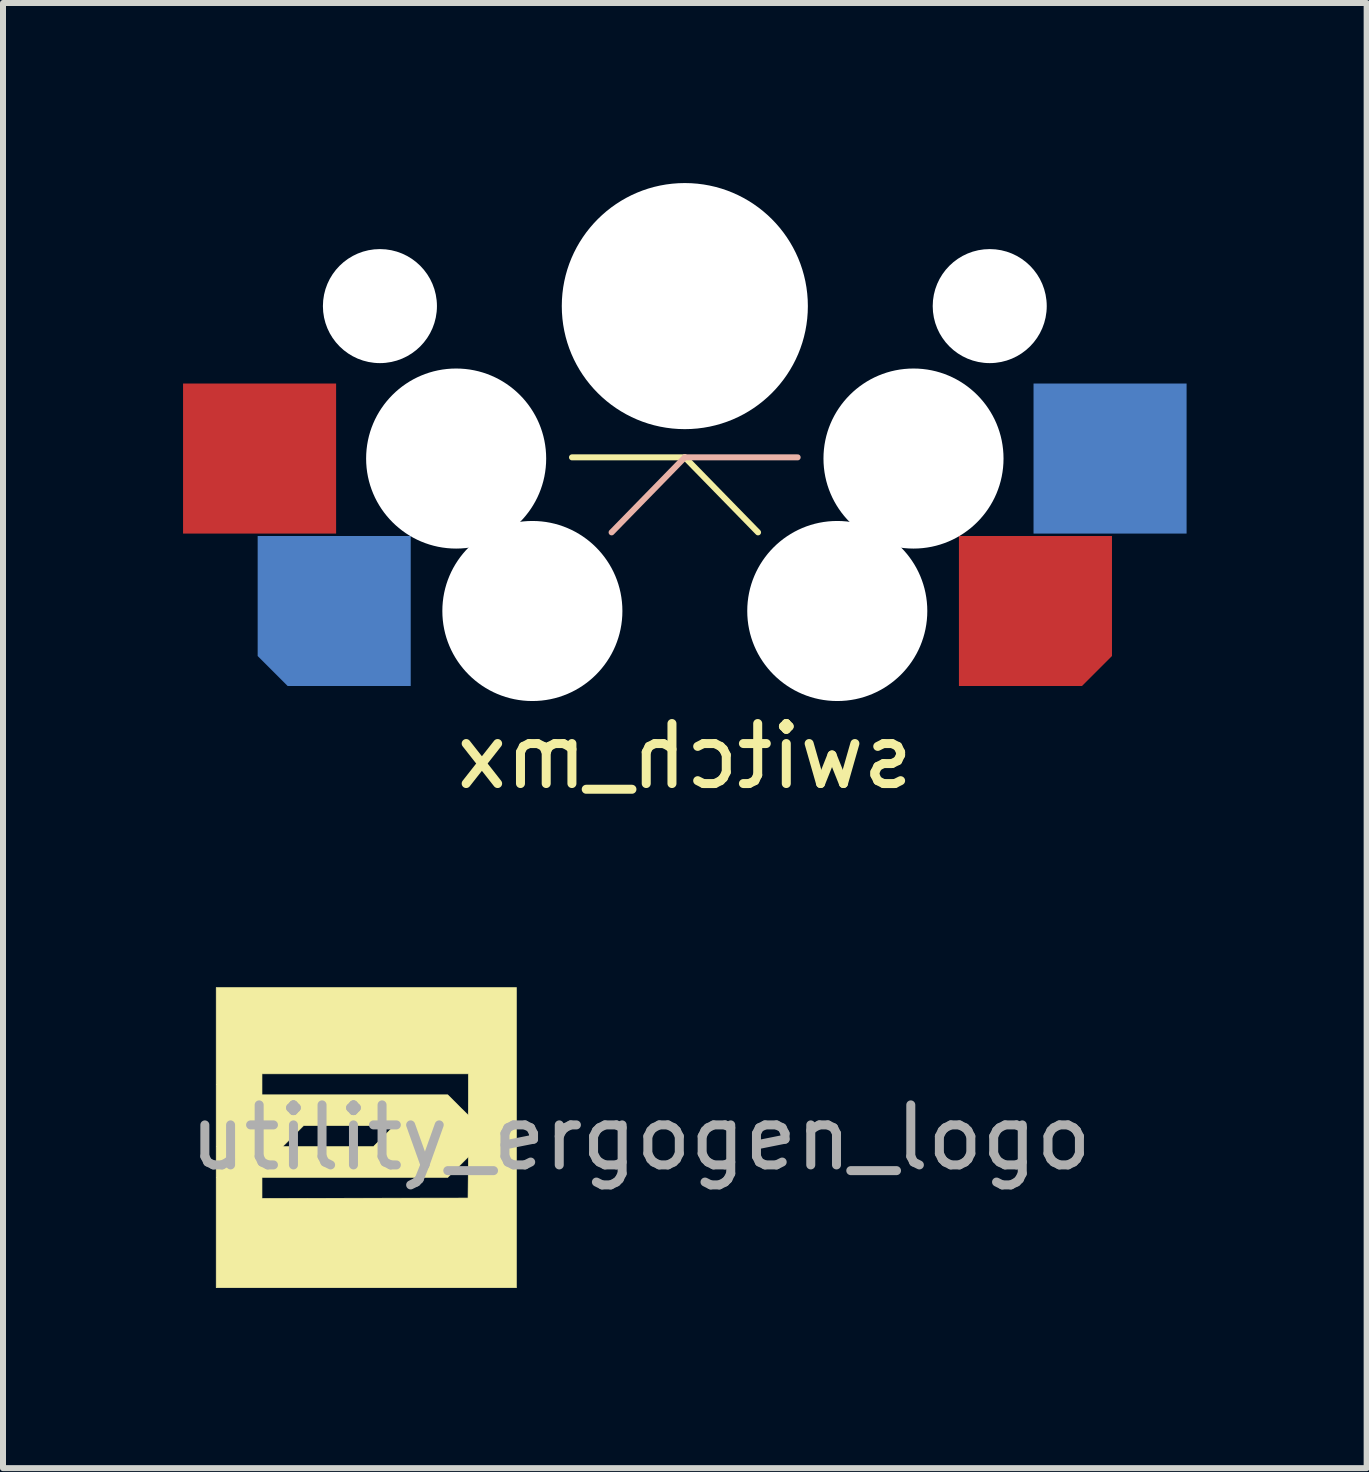
<source format=kicad_pcb>
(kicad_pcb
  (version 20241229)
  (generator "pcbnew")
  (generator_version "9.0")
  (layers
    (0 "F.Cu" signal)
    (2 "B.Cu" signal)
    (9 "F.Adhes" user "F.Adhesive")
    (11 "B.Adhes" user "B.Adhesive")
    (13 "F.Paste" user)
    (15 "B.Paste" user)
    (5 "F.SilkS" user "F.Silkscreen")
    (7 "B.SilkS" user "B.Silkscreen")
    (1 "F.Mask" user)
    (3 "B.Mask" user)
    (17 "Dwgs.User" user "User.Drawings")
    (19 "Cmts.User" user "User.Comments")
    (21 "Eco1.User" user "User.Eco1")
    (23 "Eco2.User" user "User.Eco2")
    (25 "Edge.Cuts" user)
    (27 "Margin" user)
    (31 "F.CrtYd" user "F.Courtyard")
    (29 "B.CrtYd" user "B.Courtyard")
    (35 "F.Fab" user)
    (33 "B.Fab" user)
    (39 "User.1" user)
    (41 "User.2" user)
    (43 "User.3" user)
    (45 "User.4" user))
  (footprint "switch_mx"
    (layer "F.Cu")
    (at 8.36 2.05)
    (property "Reference" "switch_mx" (at 0 7.5 0) (layer "F.SilkS") (effects (font (size 1 1) (thickness 0.15)) (justify mirror)))
    (fp_line (start 0 2.52) (end -1.88 2.52) (stroke (width 0.1) (type default)) (layer "F.SilkS"))
    (fp_line (start 1.22 3.77) (end 0 2.52) (stroke (width 0.1) (type default)) (layer "F.SilkS"))
    (fp_line (start -1.22 3.77) (end 0 2.52) (stroke (width 0.1) (type default)) (layer "B.SilkS"))
    (fp_line (start 0 2.52) (end 1.88 2.52) (stroke (width 0.1) (type default)) (layer "B.SilkS"))
    (pad "" np_thru_hole circle (at -5.08 0 180) (size 1.9 1.9) (drill 1.9) (layers "*.Cu" "*.Mask"))
    (pad "" np_thru_hole circle (at -3.81 2.54 180) (size 3 3) (drill 3) (layers "*.Cu" "*.Mask"))
    (pad "" np_thru_hole circle (at -2.54 5.08 180) (size 3 3) (drill 3) (layers "*.Cu" "*.Mask"))
    (pad "" np_thru_hole circle (at 0 0 180) (size 4.1 4.1) (drill 4.1) (layers "*.Cu" "*.Mask"))
    (pad "" np_thru_hole circle (at 2.54 5.08 180) (size 3 3) (drill 3) (layers "*.Cu" "*.Mask"))
    (pad "" np_thru_hole circle (at 3.81 2.54 180) (size 3 3) (drill 3) (layers "*.Cu" "*.Mask"))
    (pad "" np_thru_hole circle (at 5.08 0 180) (size 1.9 1.9) (drill 1.9) (layers "*.Cu" "*.Mask"))
    (pad "1" smd rect (at -7.085 2.54 180) (size 2.55 2.5) (layers "F.Cu" "F.Mask" "F.Paste"))
    (pad "1" smd rect (at 7.085 2.54 180) (size 2.55 2.5) (layers "B.Cu" "B.Mask" "B.Paste"))
    (pad "2" smd roundrect (at -5.842 5.08 180) (size 2.55 2.5) (layers "B.Cu" "B.Mask" "B.Paste") (roundrect_rratio 0) (chamfer_ratio 0.2) (chamfer top_right))
    (pad "2" smd roundrect (at 5.842 5.08 180) (size 2.55 2.5) (layers "F.Cu" "F.Mask" "F.Paste") (roundrect_rratio 0) (chamfer_ratio 0.2) (chamfer top_left)))
  (footprint "utility_ergogen_logo"
    (layer "F.Cu")
    (at 3.053 15.904)
    (property "Reference" "utility_ergogen_logo" (at 4.572 0 0) (layer "F.Fab") (effects (font (size 1 1) (thickness 0.15))))
    (attr exclude_from_pos_files exclude_from_bom)
    (fp_poly (pts (xy 2.501 0) (xy 2.501 2.501) (xy 0 2.501) (xy -2.501 2.501) (xy -2.501 1.013) (xy -1.738 1.013) (xy -0.022 1.01) (xy 1.695 1.007) (xy 1.698 0.663) (xy 1.701 0.319) (xy 1.529 0.491) (xy 1.357 0.663) (xy -0.191 0.663) (xy -1.738 0.663) (xy -1.738 0.838) (xy -1.738 1.013) (xy -2.501 1.013) (xy -2.501 0.15) (xy -1.394 0.15) (xy -0.637 0.15) (xy 0.119 0.15) (xy 0.294 -0.025) (xy 0.469 -0.2) (xy -0.288 -0.2) (xy -1.045 -0.2) (xy -1.219 -0.025) (xy -1.394 0.15) (xy -2.501 0.15) (xy -2.501 0) (xy -2.501 -1.063) (xy -1.738 -1.063) (xy -1.738 -0.888) (xy -1.738 -0.713) (xy -0.191 -0.713) (xy 1.357 -0.713) (xy 1.526 -0.544) (xy 1.578 -0.491) (xy 1.625 -0.446) (xy 1.662 -0.409) (xy 1.687 -0.385) (xy 1.697 -0.375) (xy 1.698 -0.375) (xy 1.698 -0.387) (xy 1.699 -0.421) (xy 1.7 -0.473) (xy 1.7 -0.541) (xy 1.701 -0.621) (xy 1.701 -0.71) (xy 1.701 -0.719) (xy 1.701 -1.063) (xy -0.019 -1.063) (xy -1.738 -1.063) (xy -2.501 -1.063) (xy -2.501 -2.501) (xy 0 -2.501) (xy 2.501 -2.501)) (stroke (width 0.01) (type solid)) (fill yes) (layer "F.SilkS")))
  (gr_rect
    (start -3 -3)
    (end 19.72 21.411)
    (stroke (width 0.1) (type default))
    (fill no)
    (layer "Edge.Cuts")))
</source>
